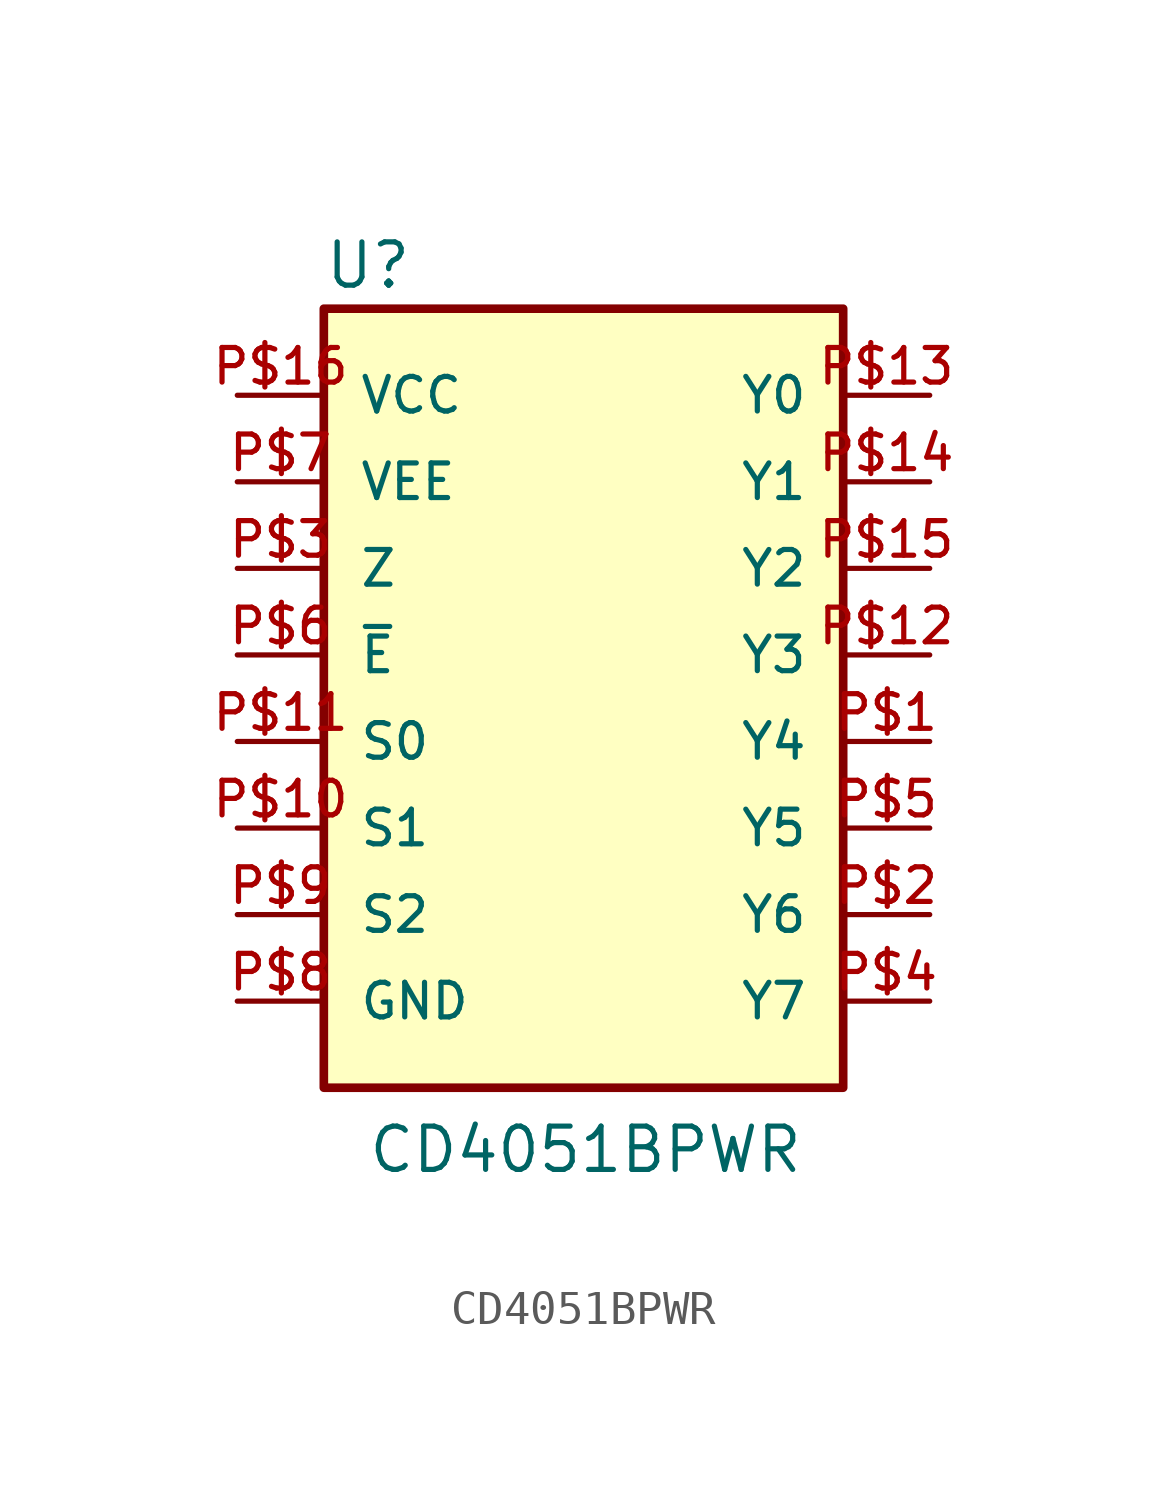
<source format=kicad_sym>
(kicad_symbol_lib
  (version 20211014)
  (generator kicad_symbol_editor)
  (symbol "CD4051BPWR"
    (pin_names
      (offset 1.016))
    (property "Reference" "U"
      (at -7.631 13.227 0)
      (effects (font (size 1.27 1.27)) (justify bottom left)))
    (property "Value" "CD4051BPWR"
      (at -6.36 -12.72 0)
      (effects (font (size 1.27 1.27)) (justify bottom left)))
    (symbol "CD4051BPWR_0_0"
      (rectangle (start -7.62 -10.16) (end 7.62 12.7) (stroke (width 0.254)) (fill (type background)))
      (pin bidirectional line (at 10.16 10.16 180.0) (length 2.54) (name "Y0" (effects (font (size 1.016 1.016)))) (number "P$13" (effects (font (size 1.016 1.016)))))
      (pin bidirectional line (at 10.16 7.62 180.0) (length 2.54) (name "Y1" (effects (font (size 1.016 1.016)))) (number "P$14" (effects (font (size 1.016 1.016)))))
      (pin bidirectional line (at 10.16 5.08 180.0) (length 2.54) (name "Y2" (effects (font (size 1.016 1.016)))) (number "P$15" (effects (font (size 1.016 1.016)))))
      (pin bidirectional line (at 10.16 2.54 180.0) (length 2.54) (name "Y3" (effects (font (size 1.016 1.016)))) (number "P$12" (effects (font (size 1.016 1.016)))))
      (pin bidirectional line (at 10.16 0.0 180.0) (length 2.54) (name "Y4" (effects (font (size 1.016 1.016)))) (number "P$1" (effects (font (size 1.016 1.016)))))
      (pin bidirectional line (at 10.16 -2.54 180.0) (length 2.54) (name "Y5" (effects (font (size 1.016 1.016)))) (number "P$5" (effects (font (size 1.016 1.016)))))
      (pin bidirectional line (at 10.16 -5.08 180.0) (length 2.54) (name "Y6" (effects (font (size 1.016 1.016)))) (number "P$2" (effects (font (size 1.016 1.016)))))
      (pin bidirectional line (at 10.16 -7.62 180.0) (length 2.54) (name "Y7" (effects (font (size 1.016 1.016)))) (number "P$4" (effects (font (size 1.016 1.016)))))
      (pin bidirectional line (at -10.16 0.0 0) (length 2.54) (name "S0" (effects (font (size 1.016 1.016)))) (number "P$11" (effects (font (size 1.016 1.016)))))
      (pin bidirectional line (at -10.16 -2.54 0) (length 2.54) (name "S1" (effects (font (size 1.016 1.016)))) (number "P$10" (effects (font (size 1.016 1.016)))))
      (pin bidirectional line (at -10.16 -5.08 0) (length 2.54) (name "S2" (effects (font (size 1.016 1.016)))) (number "P$9" (effects (font (size 1.016 1.016)))))
      (pin bidirectional line (at -10.16 5.08 0) (length 2.54) (name "Z" (effects (font (size 1.016 1.016)))) (number "P$3" (effects (font (size 1.016 1.016)))))
      (pin bidirectional line (at -10.16 10.16 0) (length 2.54) (name "VCC" (effects (font (size 1.016 1.016)))) (number "P$16" (effects (font (size 1.016 1.016)))))
      (pin bidirectional line (at -10.16 -7.62 0) (length 2.54) (name "GND" (effects (font (size 1.016 1.016)))) (number "P$8" (effects (font (size 1.016 1.016)))))
      (pin bidirectional line (at -10.16 2.54 0) (length 2.54) (name "~{E}" (effects (font (size 1.016 1.016)))) (number "P$6" (effects (font (size 1.016 1.016)))))
      (pin bidirectional line (at -10.16 7.62 0) (length 2.54) (name "VEE" (effects (font (size 1.016 1.016)))) (number "P$7" (effects (font (size 1.016 1.016))))))))
</source>
